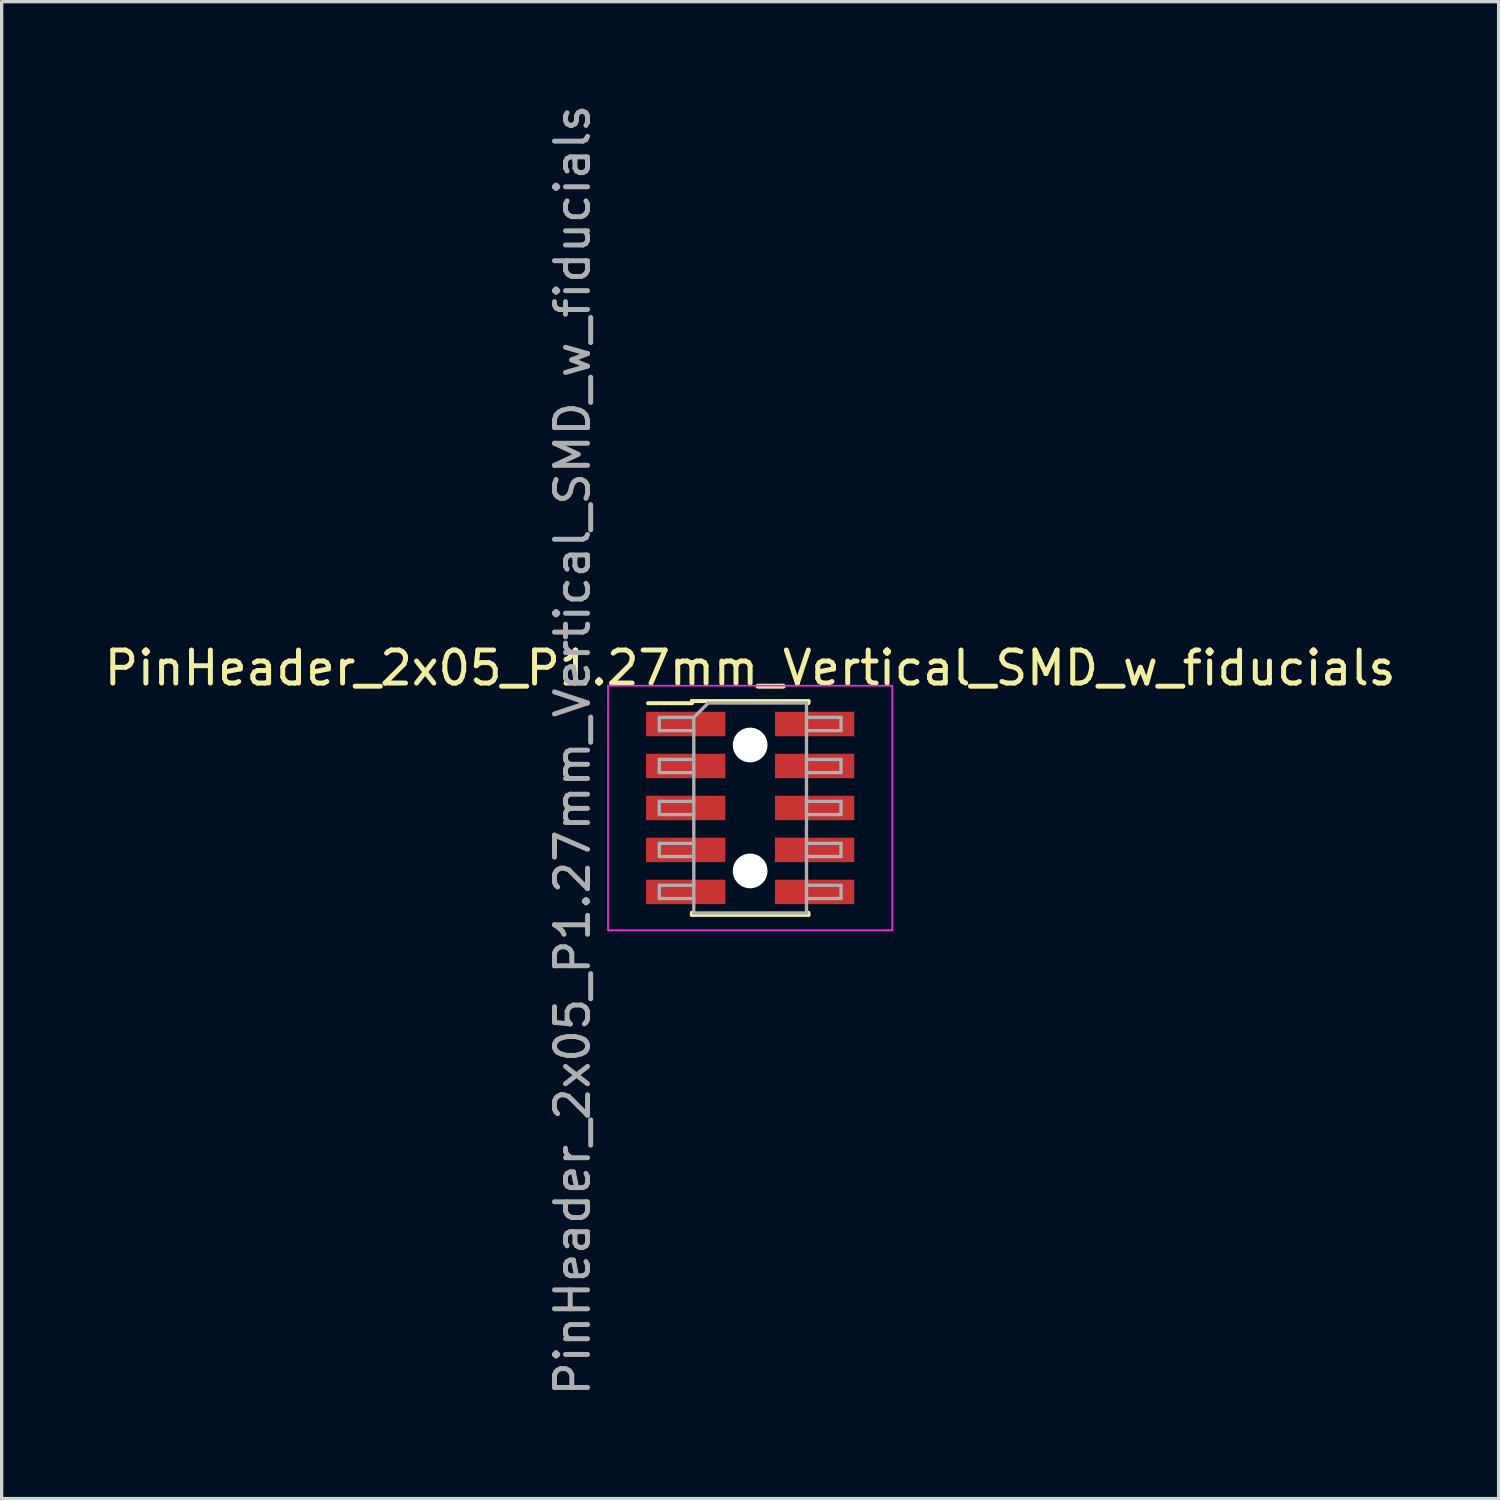
<source format=kicad_pcb>
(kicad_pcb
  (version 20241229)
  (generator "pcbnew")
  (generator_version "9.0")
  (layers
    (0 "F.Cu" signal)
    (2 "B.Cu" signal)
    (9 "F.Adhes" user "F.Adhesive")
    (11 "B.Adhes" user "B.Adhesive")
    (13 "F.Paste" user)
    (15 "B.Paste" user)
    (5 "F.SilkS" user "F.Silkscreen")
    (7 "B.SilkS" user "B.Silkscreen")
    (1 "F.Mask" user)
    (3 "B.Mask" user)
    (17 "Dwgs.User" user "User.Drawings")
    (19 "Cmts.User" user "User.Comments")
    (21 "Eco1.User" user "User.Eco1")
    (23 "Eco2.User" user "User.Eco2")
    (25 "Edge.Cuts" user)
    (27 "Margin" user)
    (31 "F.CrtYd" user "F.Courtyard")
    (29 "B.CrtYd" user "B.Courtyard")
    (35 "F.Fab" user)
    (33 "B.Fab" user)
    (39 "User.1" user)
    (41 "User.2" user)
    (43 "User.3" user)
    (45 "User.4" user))
  (footprint "PinHeader_2x05_P1.27mm_Vertical_SMD_w_fiducials"
    (layer "F.Cu")
    (at 19.649 21.399)
    (property "Reference" "PinHeader_2x05_P1.27mm_Vertical_SMD_w_fiducials" (at 0 -4.235 0) (layer "F.SilkS") (effects (font (size 1 1) (thickness 0.15))))
    (attr smd)
    (fp_line (start -3.09 -3.17) (end -1.765 -3.17) (stroke (width 0.12) (type solid)) (layer "F.SilkS"))
    (fp_line (start -1.765 -3.235) (end -1.765 -3.17) (stroke (width 0.12) (type solid)) (layer "F.SilkS"))
    (fp_line (start -1.765 -3.235) (end 1.765 -3.235) (stroke (width 0.12) (type solid)) (layer "F.SilkS"))
    (fp_line (start -1.765 3.17) (end -1.765 3.235) (stroke (width 0.12) (type solid)) (layer "F.SilkS"))
    (fp_line (start -1.765 3.235) (end 1.765 3.235) (stroke (width 0.12) (type solid)) (layer "F.SilkS"))
    (fp_line (start 1.765 -3.235) (end 1.765 -3.17) (stroke (width 0.12) (type solid)) (layer "F.SilkS"))
    (fp_line (start 1.765 3.17) (end 1.765 3.235) (stroke (width 0.12) (type solid)) (layer "F.SilkS"))
    (fp_line (start -4.3 -3.7) (end -4.3 3.7) (stroke (width 0.05) (type solid)) (layer "F.CrtYd"))
    (fp_line (start -4.3 3.7) (end 4.3 3.7) (stroke (width 0.05) (type solid)) (layer "F.CrtYd"))
    (fp_line (start 4.3 -3.7) (end -4.3 -3.7) (stroke (width 0.05) (type solid)) (layer "F.CrtYd"))
    (fp_line (start 4.3 3.7) (end 4.3 -3.7) (stroke (width 0.05) (type solid)) (layer "F.CrtYd"))
    (fp_line (start -2.75 -2.74) (end -2.75 -2.34) (stroke (width 0.1) (type solid)) (layer "F.Fab"))
    (fp_line (start -2.75 -2.34) (end -1.705 -2.34) (stroke (width 0.1) (type solid)) (layer "F.Fab"))
    (fp_line (start -2.75 -1.47) (end -2.75 -1.07) (stroke (width 0.1) (type solid)) (layer "F.Fab"))
    (fp_line (start -2.75 -1.07) (end -1.705 -1.07) (stroke (width 0.1) (type solid)) (layer "F.Fab"))
    (fp_line (start -2.75 -0.2) (end -2.75 0.2) (stroke (width 0.1) (type solid)) (layer "F.Fab"))
    (fp_line (start -2.75 0.2) (end -1.705 0.2) (stroke (width 0.1) (type solid)) (layer "F.Fab"))
    (fp_line (start -2.75 1.07) (end -2.75 1.47) (stroke (width 0.1) (type solid)) (layer "F.Fab"))
    (fp_line (start -2.75 1.47) (end -1.705 1.47) (stroke (width 0.1) (type solid)) (layer "F.Fab"))
    (fp_line (start -2.75 2.34) (end -2.75 2.74) (stroke (width 0.1) (type solid)) (layer "F.Fab"))
    (fp_line (start -2.75 2.74) (end -1.705 2.74) (stroke (width 0.1) (type solid)) (layer "F.Fab"))
    (fp_line (start -1.705 -2.74) (end -2.75 -2.74) (stroke (width 0.1) (type solid)) (layer "F.Fab"))
    (fp_line (start -1.705 -2.74) (end -1.27 -3.175) (stroke (width 0.1) (type solid)) (layer "F.Fab"))
    (fp_line (start -1.705 -1.47) (end -2.75 -1.47) (stroke (width 0.1) (type solid)) (layer "F.Fab"))
    (fp_line (start -1.705 -0.2) (end -2.75 -0.2) (stroke (width 0.1) (type solid)) (layer "F.Fab"))
    (fp_line (start -1.705 1.07) (end -2.75 1.07) (stroke (width 0.1) (type solid)) (layer "F.Fab"))
    (fp_line (start -1.705 2.34) (end -2.75 2.34) (stroke (width 0.1) (type solid)) (layer "F.Fab"))
    (fp_line (start -1.705 3.175) (end -1.705 -2.74) (stroke (width 0.1) (type solid)) (layer "F.Fab"))
    (fp_line (start -1.27 -3.175) (end 1.705 -3.175) (stroke (width 0.1) (type solid)) (layer "F.Fab"))
    (fp_line (start 1.705 -3.175) (end 1.705 3.175) (stroke (width 0.1) (type solid)) (layer "F.Fab"))
    (fp_line (start 1.705 -2.74) (end 2.75 -2.74) (stroke (width 0.1) (type solid)) (layer "F.Fab"))
    (fp_line (start 1.705 -1.47) (end 2.75 -1.47) (stroke (width 0.1) (type solid)) (layer "F.Fab"))
    (fp_line (start 1.705 -0.2) (end 2.75 -0.2) (stroke (width 0.1) (type solid)) (layer "F.Fab"))
    (fp_line (start 1.705 1.07) (end 2.75 1.07) (stroke (width 0.1) (type solid)) (layer "F.Fab"))
    (fp_line (start 1.705 2.34) (end 2.75 2.34) (stroke (width 0.1) (type solid)) (layer "F.Fab"))
    (fp_line (start 1.705 3.175) (end -1.705 3.175) (stroke (width 0.1) (type solid)) (layer "F.Fab"))
    (fp_line (start 2.75 -2.74) (end 2.75 -2.34) (stroke (width 0.1) (type solid)) (layer "F.Fab"))
    (fp_line (start 2.75 -2.34) (end 1.705 -2.34) (stroke (width 0.1) (type solid)) (layer "F.Fab"))
    (fp_line (start 2.75 -1.47) (end 2.75 -1.07) (stroke (width 0.1) (type solid)) (layer "F.Fab"))
    (fp_line (start 2.75 -1.07) (end 1.705 -1.07) (stroke (width 0.1) (type solid)) (layer "F.Fab"))
    (fp_line (start 2.75 -0.2) (end 2.75 0.2) (stroke (width 0.1) (type solid)) (layer "F.Fab"))
    (fp_line (start 2.75 0.2) (end 1.705 0.2) (stroke (width 0.1) (type solid)) (layer "F.Fab"))
    (fp_line (start 2.75 1.07) (end 2.75 1.47) (stroke (width 0.1) (type solid)) (layer "F.Fab"))
    (fp_line (start 2.75 1.47) (end 1.705 1.47) (stroke (width 0.1) (type solid)) (layer "F.Fab"))
    (fp_line (start 2.75 2.34) (end 2.75 2.74) (stroke (width 0.1) (type solid)) (layer "F.Fab"))
    (fp_line (start 2.75 2.74) (end 1.705 2.74) (stroke (width 0.1) (type solid)) (layer "F.Fab"))
    (fp_text user "${REFERENCE}" (at -5.375 -1.75 90) (layer "F.Fab") (effects (font (size 1 1) (thickness 0.15))))
    (pad "" np_thru_hole circle (at 0 -1.905) (size 1.05 1.05) (drill 1.05) (layers "*.Cu" "*.Mask"))
    (pad "" np_thru_hole circle (at 0 1.905) (size 1.05 1.05) (drill 1.05) (layers "*.Cu" "*.Mask"))
    (pad "1" smd rect (at -1.95 -2.54) (size 2.4 0.74) (layers "F.Cu" "F.Mask" "F.Paste"))
    (pad "2" smd rect (at 1.95 -2.54) (size 2.4 0.74) (layers "F.Cu" "F.Mask" "F.Paste"))
    (pad "3" smd rect (at -1.95 -1.27) (size 2.4 0.74) (layers "F.Cu" "F.Mask" "F.Paste"))
    (pad "4" smd rect (at 1.95 -1.27) (size 2.4 0.74) (layers "F.Cu" "F.Mask" "F.Paste"))
    (pad "5" smd rect (at -1.95 0) (size 2.4 0.74) (layers "F.Cu" "F.Mask" "F.Paste"))
    (pad "6" smd rect (at 1.95 0) (size 2.4 0.74) (layers "F.Cu" "F.Mask" "F.Paste"))
    (pad "7" smd rect (at -1.95 1.27) (size 2.4 0.74) (layers "F.Cu" "F.Mask" "F.Paste"))
    (pad "8" smd rect (at 1.95 1.27) (size 2.4 0.74) (layers "F.Cu" "F.Mask" "F.Paste"))
    (pad "9" smd rect (at -1.95 2.54) (size 2.4 0.74) (layers "F.Cu" "F.Mask" "F.Paste"))
    (pad "10" smd rect (at 1.95 2.54) (size 2.4 0.74) (layers "F.Cu" "F.Mask" "F.Paste")))
  (gr_rect
    (start -3 -3)
    (end 42.298 42.298)
    (stroke (width 0.1) (type default))
    (fill no)
    (layer "Edge.Cuts")))
</source>
